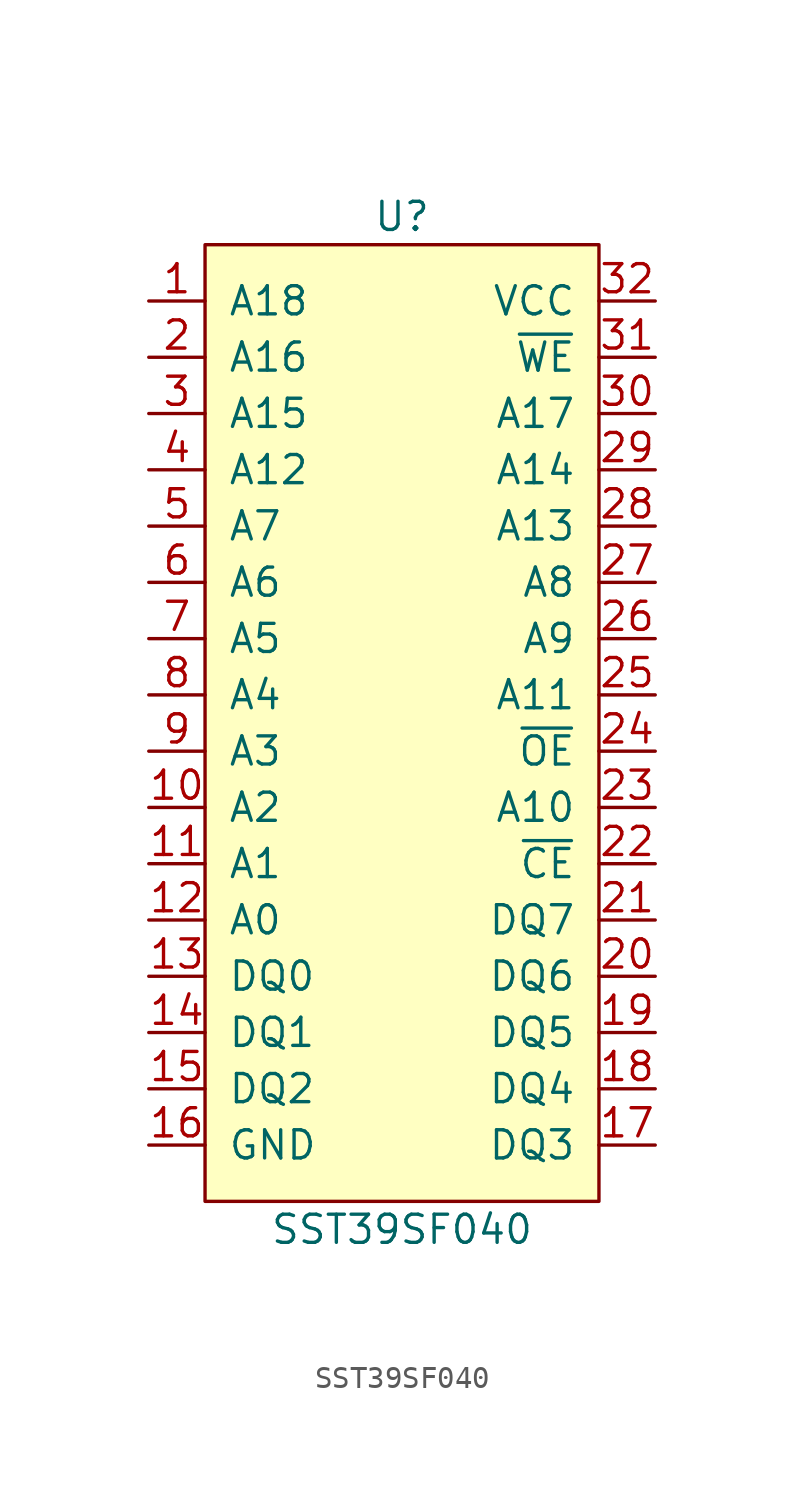
<source format=kicad_sym>
(kicad_symbol_lib
  (version 20211014)
  (generator kicad_symbol_editor)
  (symbol "SST39SF040"
    (pin_names
      (offset 1.016))
    (property "Reference" "U"
      (at 0 0 0)
      (effects (font (size 1.27 1.27))))
    (property "Value" "SST39SF040"
      (at 0 -45.72 0)
      (effects (font (size 1.27 1.27))))
    (symbol "SST39SF040_0_1"
      (rectangle (start -8.89 -1.27) (end 8.89 -44.45) (stroke (width 0) (type default) (color 0 0 0 0)) (fill (type background))))
    (symbol "SST39SF040_1_1"
      (pin input line (at -11.43 -3.81 0) (length 2.54) (name "A18" (effects (font (size 1.27 1.27)))) (number "1" (effects (font (size 1.27 1.27)))))
      (pin input line (at -11.43 -26.67 0) (length 2.54) (name "A2" (effects (font (size 1.27 1.27)))) (number "10" (effects (font (size 1.27 1.27)))))
      (pin input line (at -11.43 -29.21 0) (length 2.54) (name "A1" (effects (font (size 1.27 1.27)))) (number "11" (effects (font (size 1.27 1.27)))))
      (pin input line (at -11.43 -31.75 0) (length 2.54) (name "A0" (effects (font (size 1.27 1.27)))) (number "12" (effects (font (size 1.27 1.27)))))
      (pin bidirectional line (at -11.43 -34.29 0) (length 2.54) (name "DQ0" (effects (font (size 1.27 1.27)))) (number "13" (effects (font (size 1.27 1.27)))))
      (pin bidirectional line (at -11.43 -36.83 0) (length 2.54) (name "DQ1" (effects (font (size 1.27 1.27)))) (number "14" (effects (font (size 1.27 1.27)))))
      (pin bidirectional line (at -11.43 -39.37 0) (length 2.54) (name "DQ2" (effects (font (size 1.27 1.27)))) (number "15" (effects (font (size 1.27 1.27)))))
      (pin power_in line (at -11.43 -41.91 0) (length 2.54) (name "GND" (effects (font (size 1.27 1.27)))) (number "16" (effects (font (size 1.27 1.27)))))
      (pin bidirectional line (at 11.43 -41.91 180) (length 2.54) (name "DQ3" (effects (font (size 1.27 1.27)))) (number "17" (effects (font (size 1.27 1.27)))))
      (pin bidirectional line (at 11.43 -39.37 180) (length 2.54) (name "DQ4" (effects (font (size 1.27 1.27)))) (number "18" (effects (font (size 1.27 1.27)))))
      (pin bidirectional line (at 11.43 -36.83 180) (length 2.54) (name "DQ5" (effects (font (size 1.27 1.27)))) (number "19" (effects (font (size 1.27 1.27)))))
      (pin input line (at -11.43 -6.35 0) (length 2.54) (name "A16" (effects (font (size 1.27 1.27)))) (number "2" (effects (font (size 1.27 1.27)))))
      (pin bidirectional line (at 11.43 -34.29 180) (length 2.54) (name "DQ6" (effects (font (size 1.27 1.27)))) (number "20" (effects (font (size 1.27 1.27)))))
      (pin bidirectional line (at 11.43 -31.75 180) (length 2.54) (name "DQ7" (effects (font (size 1.27 1.27)))) (number "21" (effects (font (size 1.27 1.27)))))
      (pin input line (at 11.43 -29.21 180) (length 2.54) (name "~{CE}" (effects (font (size 1.27 1.27)))) (number "22" (effects (font (size 1.27 1.27)))))
      (pin input line (at 11.43 -26.67 180) (length 2.54) (name "A10" (effects (font (size 1.27 1.27)))) (number "23" (effects (font (size 1.27 1.27)))))
      (pin input line (at 11.43 -24.13 180) (length 2.54) (name "~{OE}" (effects (font (size 1.27 1.27)))) (number "24" (effects (font (size 1.27 1.27)))))
      (pin input line (at 11.43 -21.59 180) (length 2.54) (name "A11" (effects (font (size 1.27 1.27)))) (number "25" (effects (font (size 1.27 1.27)))))
      (pin input line (at 11.43 -19.05 180) (length 2.54) (name "A9" (effects (font (size 1.27 1.27)))) (number "26" (effects (font (size 1.27 1.27)))))
      (pin input line (at 11.43 -16.51 180) (length 2.54) (name "A8" (effects (font (size 1.27 1.27)))) (number "27" (effects (font (size 1.27 1.27)))))
      (pin input line (at 11.43 -13.97 180) (length 2.54) (name "A13" (effects (font (size 1.27 1.27)))) (number "28" (effects (font (size 1.27 1.27)))))
      (pin input line (at 11.43 -11.43 180) (length 2.54) (name "A14" (effects (font (size 1.27 1.27)))) (number "29" (effects (font (size 1.27 1.27)))))
      (pin input line (at -11.43 -8.89 0) (length 2.54) (name "A15" (effects (font (size 1.27 1.27)))) (number "3" (effects (font (size 1.27 1.27)))))
      (pin input line (at 11.43 -8.89 180) (length 2.54) (name "A17" (effects (font (size 1.27 1.27)))) (number "30" (effects (font (size 1.27 1.27)))))
      (pin input line (at 11.43 -6.35 180) (length 2.54) (name "~{WE}" (effects (font (size 1.27 1.27)))) (number "31" (effects (font (size 1.27 1.27)))))
      (pin power_in line (at 11.43 -3.81 180) (length 2.54) (name "VCC" (effects (font (size 1.27 1.27)))) (number "32" (effects (font (size 1.27 1.27)))))
      (pin input line (at -11.43 -11.43 0) (length 2.54) (name "A12" (effects (font (size 1.27 1.27)))) (number "4" (effects (font (size 1.27 1.27)))))
      (pin input line (at -11.43 -13.97 0) (length 2.54) (name "A7" (effects (font (size 1.27 1.27)))) (number "5" (effects (font (size 1.27 1.27)))))
      (pin input line (at -11.43 -16.51 0) (length 2.54) (name "A6" (effects (font (size 1.27 1.27)))) (number "6" (effects (font (size 1.27 1.27)))))
      (pin input line (at -11.43 -19.05 0) (length 2.54) (name "A5" (effects (font (size 1.27 1.27)))) (number "7" (effects (font (size 1.27 1.27)))))
      (pin input line (at -11.43 -21.59 0) (length 2.54) (name "A4" (effects (font (size 1.27 1.27)))) (number "8" (effects (font (size 1.27 1.27)))))
      (pin input line (at -11.43 -24.13 0) (length 2.54) (name "A3" (effects (font (size 1.27 1.27)))) (number "9" (effects (font (size 1.27 1.27))))))))
</source>
